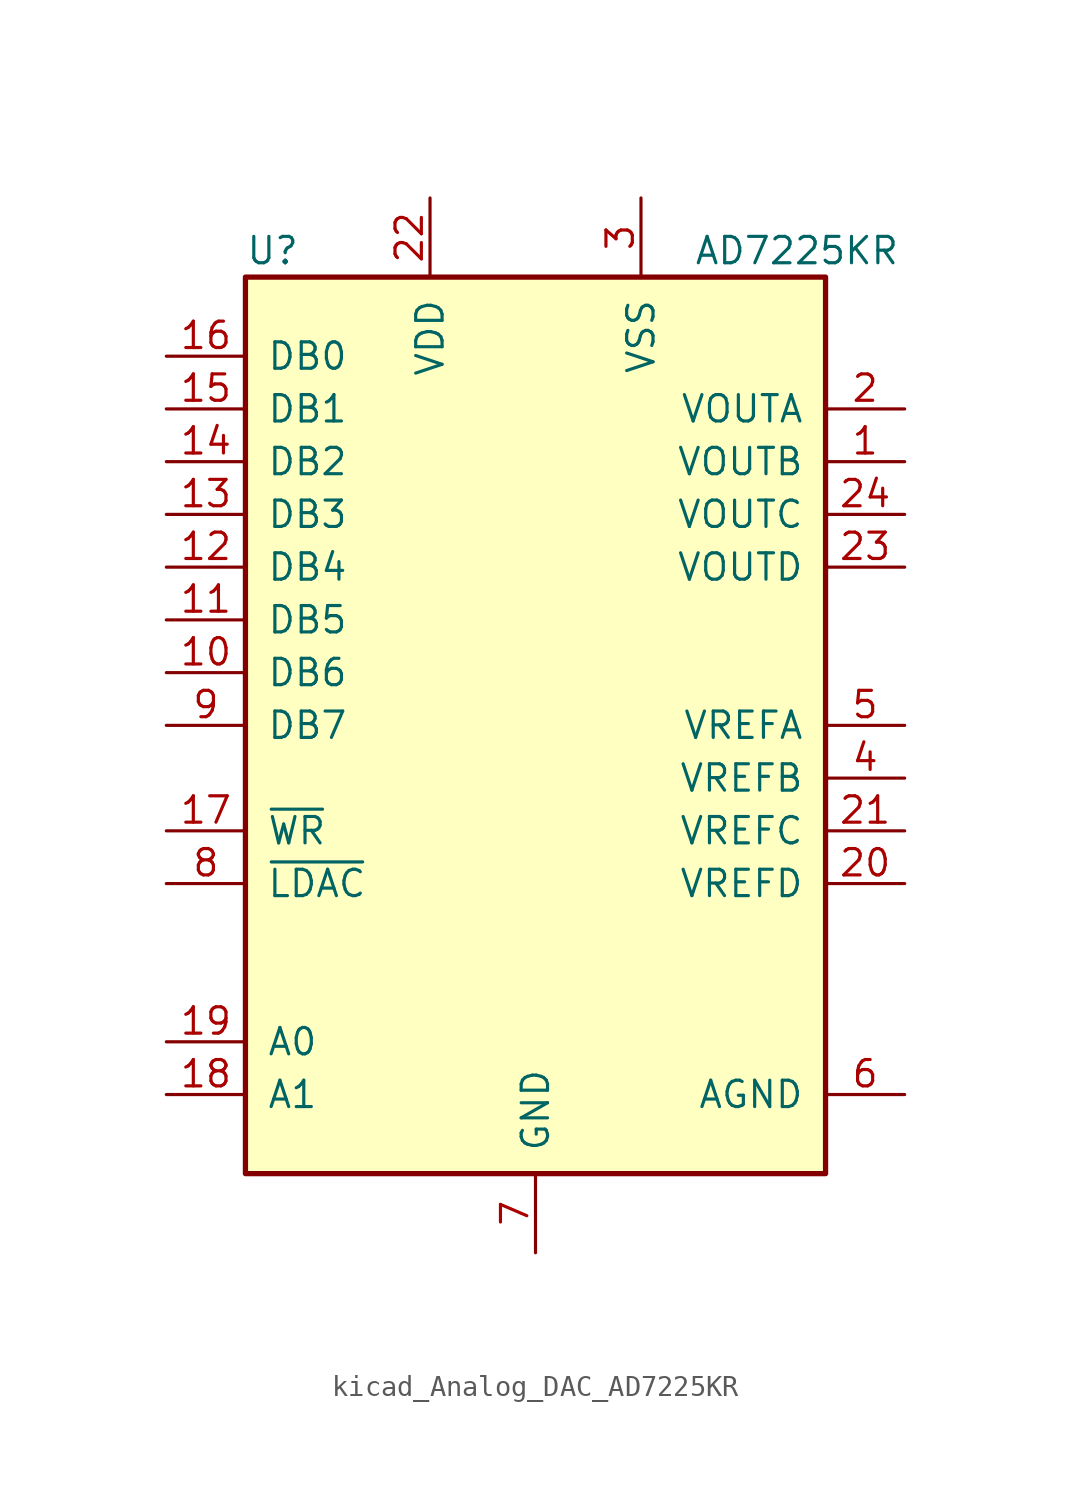
<source format=kicad_sym>
(kicad_symbol_lib
  (version 20220914)
  (generator kicad_symbol_editor)
  (symbol "kicad_Analog_DAC_AD7225KR"
    (pin_names
      (offset 1.016))
    (property "Reference" "U"
      (at -13.97 22.86 0)
      (effects (font (size 1.27 1.27)) (justify left)))
    (property "Value" "AD7225KR"
      (at 7.62 22.86 0)
      (effects (font (size 1.27 1.27)) (justify left)))
    (symbol "kicad_Analog_DAC_AD7225KR_0_1"
      (rectangle (start -13.97 -21.59) (end 13.97 21.59) (stroke (width 0.254) (type default)) (fill (type background))))
    (symbol "kicad_Analog_DAC_AD7225KR_1_1"
      (pin output line (at 17.78 12.7 180) (length 3.81) (name "VOUTB" (effects (font (size 1.27 1.27)))) (number "1" (effects (font (size 1.27 1.27)))))
      (pin input line (at -17.78 2.54 0) (length 3.81) (name "DB6" (effects (font (size 1.27 1.27)))) (number "10" (effects (font (size 1.27 1.27)))))
      (pin input line (at -17.78 5.08 0) (length 3.81) (name "DB5" (effects (font (size 1.27 1.27)))) (number "11" (effects (font (size 1.27 1.27)))))
      (pin input line (at -17.78 7.62 0) (length 3.81) (name "DB4" (effects (font (size 1.27 1.27)))) (number "12" (effects (font (size 1.27 1.27)))))
      (pin input line (at -17.78 10.16 0) (length 3.81) (name "DB3" (effects (font (size 1.27 1.27)))) (number "13" (effects (font (size 1.27 1.27)))))
      (pin input line (at -17.78 12.7 0) (length 3.81) (name "DB2" (effects (font (size 1.27 1.27)))) (number "14" (effects (font (size 1.27 1.27)))))
      (pin input line (at -17.78 15.24 0) (length 3.81) (name "DB1" (effects (font (size 1.27 1.27)))) (number "15" (effects (font (size 1.27 1.27)))))
      (pin input line (at -17.78 17.78 0) (length 3.81) (name "DB0" (effects (font (size 1.27 1.27)))) (number "16" (effects (font (size 1.27 1.27)))))
      (pin input line (at -17.78 -5.08 0) (length 3.81) (name "~{WR}" (effects (font (size 1.27 1.27)))) (number "17" (effects (font (size 1.27 1.27)))))
      (pin input line (at -17.78 -17.78 0) (length 3.81) (name "A1" (effects (font (size 1.27 1.27)))) (number "18" (effects (font (size 1.27 1.27)))))
      (pin input line (at -17.78 -15.24 0) (length 3.81) (name "A0" (effects (font (size 1.27 1.27)))) (number "19" (effects (font (size 1.27 1.27)))))
      (pin output line (at 17.78 15.24 180) (length 3.81) (name "VOUTA" (effects (font (size 1.27 1.27)))) (number "2" (effects (font (size 1.27 1.27)))))
      (pin input line (at 17.78 -7.62 180) (length 3.81) (name "VREFD" (effects (font (size 1.27 1.27)))) (number "20" (effects (font (size 1.27 1.27)))))
      (pin input line (at 17.78 -5.08 180) (length 3.81) (name "VREFC" (effects (font (size 1.27 1.27)))) (number "21" (effects (font (size 1.27 1.27)))))
      (pin power_in line (at -5.08 25.4 270) (length 3.81) (name "VDD" (effects (font (size 1.27 1.27)))) (number "22" (effects (font (size 1.27 1.27)))))
      (pin output line (at 17.78 7.62 180) (length 3.81) (name "VOUTD" (effects (font (size 1.27 1.27)))) (number "23" (effects (font (size 1.27 1.27)))))
      (pin output line (at 17.78 10.16 180) (length 3.81) (name "VOUTC" (effects (font (size 1.27 1.27)))) (number "24" (effects (font (size 1.27 1.27)))))
      (pin power_in line (at 5.08 25.4 270) (length 3.81) (name "VSS" (effects (font (size 1.27 1.27)))) (number "3" (effects (font (size 1.27 1.27)))))
      (pin input line (at 17.78 -2.54 180) (length 3.81) (name "VREFB" (effects (font (size 1.27 1.27)))) (number "4" (effects (font (size 1.27 1.27)))))
      (pin input line (at 17.78 0 180) (length 3.81) (name "VREFA" (effects (font (size 1.27 1.27)))) (number "5" (effects (font (size 1.27 1.27)))))
      (pin input line (at 17.78 -17.78 180) (length 3.81) (name "AGND" (effects (font (size 1.27 1.27)))) (number "6" (effects (font (size 1.27 1.27)))))
      (pin power_in line (at 0 -25.4 90) (length 3.81) (name "GND" (effects (font (size 1.27 1.27)))) (number "7" (effects (font (size 1.27 1.27)))))
      (pin input line (at -17.78 -7.62 0) (length 3.81) (name "~{LDAC}" (effects (font (size 1.27 1.27)))) (number "8" (effects (font (size 1.27 1.27)))))
      (pin input line (at -17.78 0 0) (length 3.81) (name "DB7" (effects (font (size 1.27 1.27)))) (number "9" (effects (font (size 1.27 1.27))))))))
</source>
